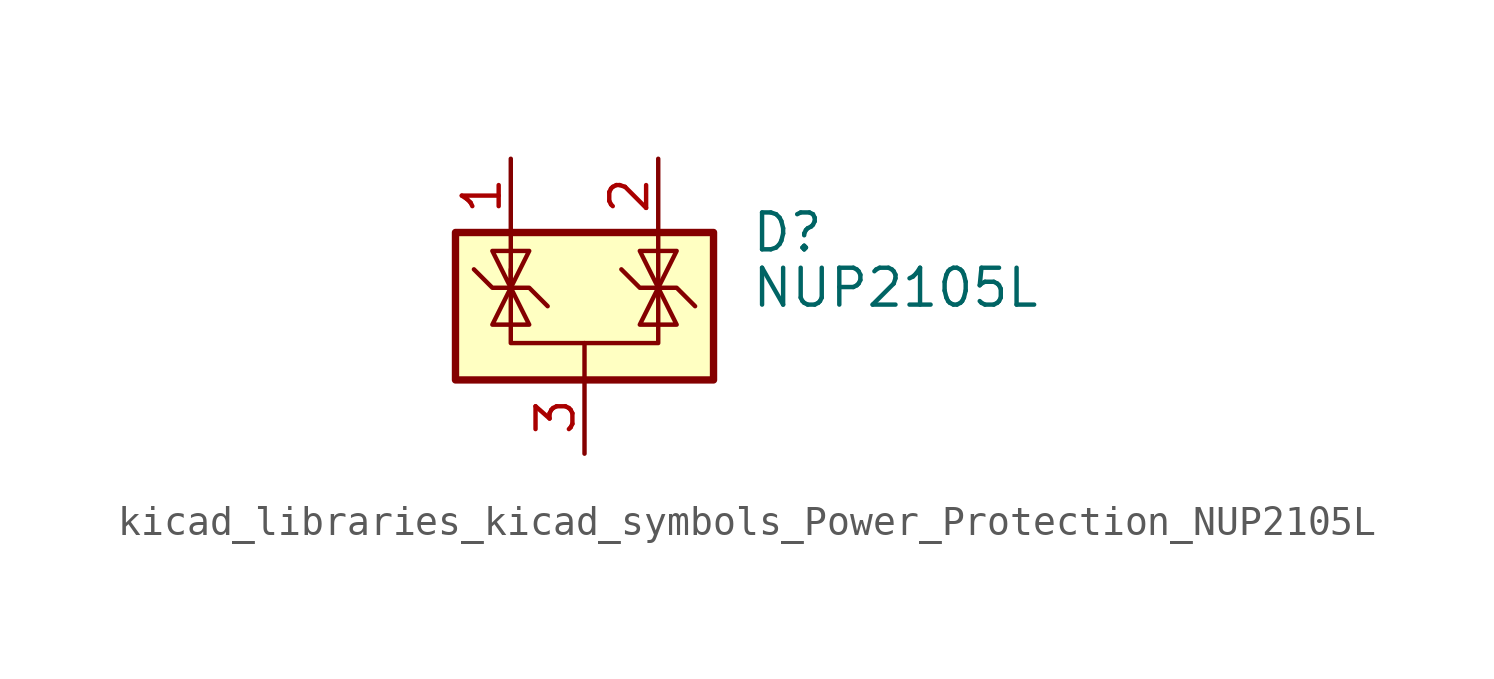
<source format=kicad_sym>
(kicad_symbol_lib
  (version 20220914)
  (generator kicad_symbol_editor)
  (symbol "kicad_libraries_kicad_symbols_Power_Protection_NUP2105L"
    (pin_names hide)
    (property "Reference" "D"
      (at 5.715 2.54 0)
      (effects (font (size 1.27 1.27)) (justify left)))
    (property "Value" "NUP2105L"
      (at 5.715 0.635 0)
      (effects (font (size 1.27 1.27)) (justify left)))
    (symbol "kicad_libraries_kicad_symbols_Power_Protection_NUP2105L_0_0"
      (pin passive line (at 0 -5.08 90) (length 2.54) (name "A" (effects (font (size 1.27 1.27)))) (number "3" (effects (font (size 1.27 1.27))))))
    (symbol "kicad_libraries_kicad_symbols_Power_Protection_NUP2105L_0_1"
      (rectangle (start -4.445 2.54) (end 4.445 -2.54) (stroke (width 0.254) (type default)) (fill (type background)))
      (polyline (pts (xy -2.54 2.54) (xy -2.54 0.635)) (stroke (width 0) (type default)) (fill (type none)))
      (polyline (pts (xy 0 -1.27) (xy 0 -2.54)) (stroke (width 0) (type default)) (fill (type none)))
      (polyline (pts (xy 2.54 2.54) (xy 2.54 0.635)) (stroke (width 0) (type default)) (fill (type none)))
      (polyline (pts (xy -3.81 1.27) (xy -3.175 0.635) (xy -1.905 0.635) (xy -1.27 0)) (stroke (width 0) (type default)) (fill (type none)))
      (polyline (pts (xy -2.54 0.635) (xy -2.54 -1.27) (xy 2.54 -1.27) (xy 2.54 0.635)) (stroke (width 0) (type default)) (fill (type none)))
      (polyline (pts (xy -2.54 0.635) (xy -1.905 -0.635) (xy -3.175 -0.635) (xy -2.54 0.635)) (stroke (width 0) (type default)) (fill (type none)))
      (polyline (pts (xy 2.54 0.635) (xy 1.905 -0.635) (xy 3.175 -0.635) (xy 2.54 0.635)) (stroke (width 0) (type default)) (fill (type none)))
      (polyline (pts (xy 2.54 0.635) (xy 3.175 1.905) (xy 1.905 1.905) (xy 2.54 0.635)) (stroke (width 0) (type default)) (fill (type none)))
      (polyline (pts (xy -2.54 0.635) (xy -3.175 1.905) (xy -1.905 1.905) (xy -2.54 0.635) (xy -2.54 1.27)) (stroke (width 0) (type default)) (fill (type none)))
      (polyline (pts (xy 1.27 1.27) (xy 1.905 0.635) (xy 2.54 0.635) (xy 3.175 0.635) (xy 3.81 0)) (stroke (width 0) (type default)) (fill (type none))))
    (symbol "kicad_libraries_kicad_symbols_Power_Protection_NUP2105L_1_1"
      (pin passive line (at -2.54 5.08 270) (length 2.54) (name "K" (effects (font (size 1.27 1.27)))) (number "1" (effects (font (size 1.27 1.27)))))
      (pin passive line (at 2.54 5.08 270) (length 2.54) (name "K" (effects (font (size 1.27 1.27)))) (number "2" (effects (font (size 1.27 1.27))))))))
</source>
